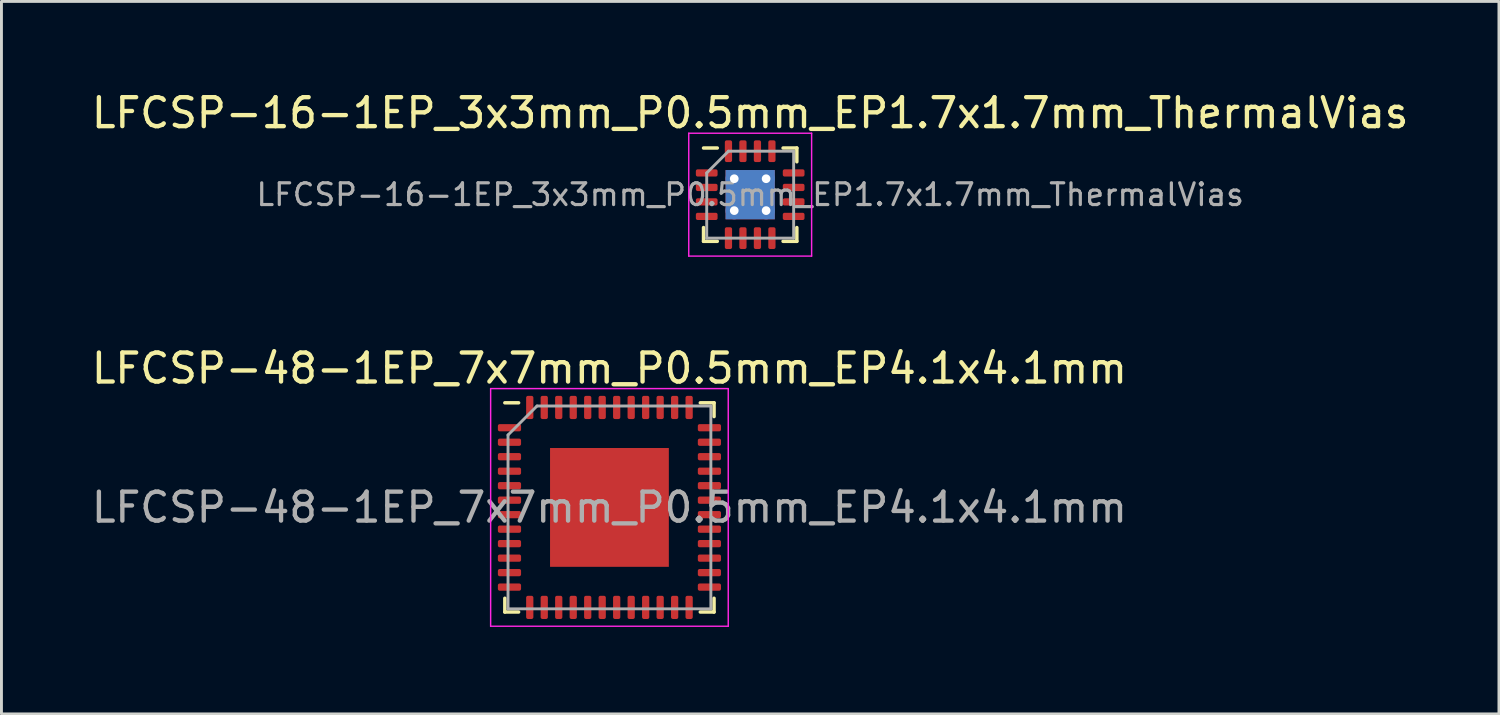
<source format=kicad_pcb>
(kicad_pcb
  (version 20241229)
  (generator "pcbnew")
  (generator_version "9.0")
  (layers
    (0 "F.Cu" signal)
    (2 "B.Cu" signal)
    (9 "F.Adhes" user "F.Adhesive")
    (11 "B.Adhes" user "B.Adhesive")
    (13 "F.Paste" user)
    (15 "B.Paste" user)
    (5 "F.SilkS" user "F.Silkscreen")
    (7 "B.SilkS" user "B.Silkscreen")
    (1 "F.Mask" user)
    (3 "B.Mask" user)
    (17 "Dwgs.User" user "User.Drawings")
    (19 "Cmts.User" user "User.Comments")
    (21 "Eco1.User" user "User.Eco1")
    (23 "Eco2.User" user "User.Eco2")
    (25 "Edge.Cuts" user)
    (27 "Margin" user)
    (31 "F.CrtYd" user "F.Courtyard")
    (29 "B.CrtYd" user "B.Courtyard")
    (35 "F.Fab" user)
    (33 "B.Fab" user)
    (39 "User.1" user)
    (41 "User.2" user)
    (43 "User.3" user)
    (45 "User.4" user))
  (footprint "LFCSP-48-1EP_7x7mm_P0.5mm_EP4.1x4.1mm"
    (layer "F.Cu")
    (at 17.982 14.461)
    (property "Reference" "LFCSP-48-1EP_7x7mm_P0.5mm_EP4.1x4.1mm" (at 0 -4.8 0) (layer "F.SilkS") (effects (font (size 1 1) (thickness 0.15))))
    (attr smd)
    (fp_line (start -3.61 3.61) (end -3.61 3.135) (stroke (width 0.12) (type solid)) (layer "F.SilkS"))
    (fp_line (start -3.135 -3.61) (end -3.61 -3.61) (stroke (width 0.12) (type solid)) (layer "F.SilkS"))
    (fp_line (start -3.135 3.61) (end -3.61 3.61) (stroke (width 0.12) (type solid)) (layer "F.SilkS"))
    (fp_line (start 3.135 -3.61) (end 3.61 -3.61) (stroke (width 0.12) (type solid)) (layer "F.SilkS"))
    (fp_line (start 3.135 3.61) (end 3.61 3.61) (stroke (width 0.12) (type solid)) (layer "F.SilkS"))
    (fp_line (start 3.61 -3.61) (end 3.61 -3.135) (stroke (width 0.12) (type solid)) (layer "F.SilkS"))
    (fp_line (start 3.61 3.61) (end 3.61 3.135) (stroke (width 0.12) (type solid)) (layer "F.SilkS"))
    (fp_line (start -4.1 -4.1) (end -4.1 4.1) (stroke (width 0.05) (type solid)) (layer "F.CrtYd"))
    (fp_line (start -4.1 4.1) (end 4.1 4.1) (stroke (width 0.05) (type solid)) (layer "F.CrtYd"))
    (fp_line (start 4.1 -4.1) (end -4.1 -4.1) (stroke (width 0.05) (type solid)) (layer "F.CrtYd"))
    (fp_line (start 4.1 4.1) (end 4.1 -4.1) (stroke (width 0.05) (type solid)) (layer "F.CrtYd"))
    (fp_line (start -3.5 -2.5) (end -2.5 -3.5) (stroke (width 0.1) (type solid)) (layer "F.Fab"))
    (fp_line (start -3.5 3.5) (end -3.5 -2.5) (stroke (width 0.1) (type solid)) (layer "F.Fab"))
    (fp_line (start -2.5 -3.5) (end 3.5 -3.5) (stroke (width 0.1) (type solid)) (layer "F.Fab"))
    (fp_line (start 3.5 -3.5) (end 3.5 3.5) (stroke (width 0.1) (type solid)) (layer "F.Fab"))
    (fp_line (start 3.5 3.5) (end -3.5 3.5) (stroke (width 0.1) (type solid)) (layer "F.Fab"))
    (fp_text user "${REFERENCE}" (at 0 0 0) (layer "F.Fab") (effects (font (size 1 1) (thickness 0.15))))
    (pad "" smd roundrect (at -1.37 -1.37) (size 1.1 1.1) (layers "F.Paste") (roundrect_rratio 0.227))
    (pad "" smd roundrect (at -1.37 0) (size 1.1 1.1) (layers "F.Paste") (roundrect_rratio 0.227))
    (pad "" smd roundrect (at -1.37 1.37) (size 1.1 1.1) (layers "F.Paste") (roundrect_rratio 0.227))
    (pad "" smd roundrect (at 0 -1.37) (size 1.1 1.1) (layers "F.Paste") (roundrect_rratio 0.227))
    (pad "" smd roundrect (at 0 0) (size 1.1 1.1) (layers "F.Paste") (roundrect_rratio 0.227))
    (pad "" smd roundrect (at 0 1.37) (size 1.1 1.1) (layers "F.Paste") (roundrect_rratio 0.227))
    (pad "" smd roundrect (at 1.37 -1.37) (size 1.1 1.1) (layers "F.Paste") (roundrect_rratio 0.227))
    (pad "" smd roundrect (at 1.37 0) (size 1.1 1.1) (layers "F.Paste") (roundrect_rratio 0.227))
    (pad "" smd roundrect (at 1.37 1.37) (size 1.1 1.1) (layers "F.Paste") (roundrect_rratio 0.227))
    (pad "1" smd roundrect (at -3.45 -2.75) (size 0.8 0.25) (layers "F.Cu" "F.Mask" "F.Paste") (roundrect_rratio 0.25))
    (pad "2" smd roundrect (at -3.45 -2.25) (size 0.8 0.25) (layers "F.Cu" "F.Mask" "F.Paste") (roundrect_rratio 0.25))
    (pad "3" smd roundrect (at -3.45 -1.75) (size 0.8 0.25) (layers "F.Cu" "F.Mask" "F.Paste") (roundrect_rratio 0.25))
    (pad "4" smd roundrect (at -3.45 -1.25) (size 0.8 0.25) (layers "F.Cu" "F.Mask" "F.Paste") (roundrect_rratio 0.25))
    (pad "5" smd roundrect (at -3.45 -0.75) (size 0.8 0.25) (layers "F.Cu" "F.Mask" "F.Paste") (roundrect_rratio 0.25))
    (pad "6" smd roundrect (at -3.45 -0.25) (size 0.8 0.25) (layers "F.Cu" "F.Mask" "F.Paste") (roundrect_rratio 0.25))
    (pad "7" smd roundrect (at -3.45 0.25) (size 0.8 0.25) (layers "F.Cu" "F.Mask" "F.Paste") (roundrect_rratio 0.25))
    (pad "8" smd roundrect (at -3.45 0.75) (size 0.8 0.25) (layers "F.Cu" "F.Mask" "F.Paste") (roundrect_rratio 0.25))
    (pad "9" smd roundrect (at -3.45 1.25) (size 0.8 0.25) (layers "F.Cu" "F.Mask" "F.Paste") (roundrect_rratio 0.25))
    (pad "10" smd roundrect (at -3.45 1.75) (size 0.8 0.25) (layers "F.Cu" "F.Mask" "F.Paste") (roundrect_rratio 0.25))
    (pad "11" smd roundrect (at -3.45 2.25) (size 0.8 0.25) (layers "F.Cu" "F.Mask" "F.Paste") (roundrect_rratio 0.25))
    (pad "12" smd roundrect (at -3.45 2.75) (size 0.8 0.25) (layers "F.Cu" "F.Mask" "F.Paste") (roundrect_rratio 0.25))
    (pad "13" smd roundrect (at -2.75 3.45) (size 0.25 0.8) (layers "F.Cu" "F.Mask" "F.Paste") (roundrect_rratio 0.25))
    (pad "14" smd roundrect (at -2.25 3.45) (size 0.25 0.8) (layers "F.Cu" "F.Mask" "F.Paste") (roundrect_rratio 0.25))
    (pad "15" smd roundrect (at -1.75 3.45) (size 0.25 0.8) (layers "F.Cu" "F.Mask" "F.Paste") (roundrect_rratio 0.25))
    (pad "16" smd roundrect (at -1.25 3.45) (size 0.25 0.8) (layers "F.Cu" "F.Mask" "F.Paste") (roundrect_rratio 0.25))
    (pad "17" smd roundrect (at -0.75 3.45) (size 0.25 0.8) (layers "F.Cu" "F.Mask" "F.Paste") (roundrect_rratio 0.25))
    (pad "18" smd roundrect (at -0.25 3.45) (size 0.25 0.8) (layers "F.Cu" "F.Mask" "F.Paste") (roundrect_rratio 0.25))
    (pad "19" smd roundrect (at 0.25 3.45) (size 0.25 0.8) (layers "F.Cu" "F.Mask" "F.Paste") (roundrect_rratio 0.25))
    (pad "20" smd roundrect (at 0.75 3.45) (size 0.25 0.8) (layers "F.Cu" "F.Mask" "F.Paste") (roundrect_rratio 0.25))
    (pad "21" smd roundrect (at 1.25 3.45) (size 0.25 0.8) (layers "F.Cu" "F.Mask" "F.Paste") (roundrect_rratio 0.25))
    (pad "22" smd roundrect (at 1.75 3.45) (size 0.25 0.8) (layers "F.Cu" "F.Mask" "F.Paste") (roundrect_rratio 0.25))
    (pad "23" smd roundrect (at 2.25 3.45) (size 0.25 0.8) (layers "F.Cu" "F.Mask" "F.Paste") (roundrect_rratio 0.25))
    (pad "24" smd roundrect (at 2.75 3.45) (size 0.25 0.8) (layers "F.Cu" "F.Mask" "F.Paste") (roundrect_rratio 0.25))
    (pad "25" smd roundrect (at 3.45 2.75) (size 0.8 0.25) (layers "F.Cu" "F.Mask" "F.Paste") (roundrect_rratio 0.25))
    (pad "26" smd roundrect (at 3.45 2.25) (size 0.8 0.25) (layers "F.Cu" "F.Mask" "F.Paste") (roundrect_rratio 0.25))
    (pad "27" smd roundrect (at 3.45 1.75) (size 0.8 0.25) (layers "F.Cu" "F.Mask" "F.Paste") (roundrect_rratio 0.25))
    (pad "28" smd roundrect (at 3.45 1.25) (size 0.8 0.25) (layers "F.Cu" "F.Mask" "F.Paste") (roundrect_rratio 0.25))
    (pad "29" smd roundrect (at 3.45 0.75) (size 0.8 0.25) (layers "F.Cu" "F.Mask" "F.Paste") (roundrect_rratio 0.25))
    (pad "30" smd roundrect (at 3.45 0.25) (size 0.8 0.25) (layers "F.Cu" "F.Mask" "F.Paste") (roundrect_rratio 0.25))
    (pad "31" smd roundrect (at 3.45 -0.25) (size 0.8 0.25) (layers "F.Cu" "F.Mask" "F.Paste") (roundrect_rratio 0.25))
    (pad "32" smd roundrect (at 3.45 -0.75) (size 0.8 0.25) (layers "F.Cu" "F.Mask" "F.Paste") (roundrect_rratio 0.25))
    (pad "33" smd roundrect (at 3.45 -1.25) (size 0.8 0.25) (layers "F.Cu" "F.Mask" "F.Paste") (roundrect_rratio 0.25))
    (pad "34" smd roundrect (at 3.45 -1.75) (size 0.8 0.25) (layers "F.Cu" "F.Mask" "F.Paste") (roundrect_rratio 0.25))
    (pad "35" smd roundrect (at 3.45 -2.25) (size 0.8 0.25) (layers "F.Cu" "F.Mask" "F.Paste") (roundrect_rratio 0.25))
    (pad "36" smd roundrect (at 3.45 -2.75) (size 0.8 0.25) (layers "F.Cu" "F.Mask" "F.Paste") (roundrect_rratio 0.25))
    (pad "37" smd roundrect (at 2.75 -3.45) (size 0.25 0.8) (layers "F.Cu" "F.Mask" "F.Paste") (roundrect_rratio 0.25))
    (pad "38" smd roundrect (at 2.25 -3.45) (size 0.25 0.8) (layers "F.Cu" "F.Mask" "F.Paste") (roundrect_rratio 0.25))
    (pad "39" smd roundrect (at 1.75 -3.45) (size 0.25 0.8) (layers "F.Cu" "F.Mask" "F.Paste") (roundrect_rratio 0.25))
    (pad "40" smd roundrect (at 1.25 -3.45) (size 0.25 0.8) (layers "F.Cu" "F.Mask" "F.Paste") (roundrect_rratio 0.25))
    (pad "41" smd roundrect (at 0.75 -3.45) (size 0.25 0.8) (layers "F.Cu" "F.Mask" "F.Paste") (roundrect_rratio 0.25))
    (pad "42" smd roundrect (at 0.25 -3.45) (size 0.25 0.8) (layers "F.Cu" "F.Mask" "F.Paste") (roundrect_rratio 0.25))
    (pad "43" smd roundrect (at -0.25 -3.45) (size 0.25 0.8) (layers "F.Cu" "F.Mask" "F.Paste") (roundrect_rratio 0.25))
    (pad "44" smd roundrect (at -0.75 -3.45) (size 0.25 0.8) (layers "F.Cu" "F.Mask" "F.Paste") (roundrect_rratio 0.25))
    (pad "45" smd roundrect (at -1.25 -3.45) (size 0.25 0.8) (layers "F.Cu" "F.Mask" "F.Paste") (roundrect_rratio 0.25))
    (pad "46" smd roundrect (at -1.75 -3.45) (size 0.25 0.8) (layers "F.Cu" "F.Mask" "F.Paste") (roundrect_rratio 0.25))
    (pad "47" smd roundrect (at -2.25 -3.45) (size 0.25 0.8) (layers "F.Cu" "F.Mask" "F.Paste") (roundrect_rratio 0.25))
    (pad "48" smd roundrect (at -2.75 -3.45) (size 0.25 0.8) (layers "F.Cu" "F.Mask" "F.Paste") (roundrect_rratio 0.25))
    (pad "49" smd rect (at 0 0) (size 4.1 4.1) (layers "F.Cu" "F.Mask")))
  (footprint "LFCSP-16-1EP_3x3mm_P0.5mm_EP1.7x1.7mm_ThermalVias"
    (layer "F.Cu")
    (at 22.839 3.668)
    (property "Reference" "LFCSP-16-1EP_3x3mm_P0.5mm_EP1.7x1.7mm_ThermalVias" (at 0 -2.82 0) (layer "F.SilkS") (effects (font (size 1 1) (thickness 0.15))))
    (attr smd)
    (fp_line (start -1.61 1.61) (end -1.61 1.135) (stroke (width 0.12) (type solid)) (layer "F.SilkS"))
    (fp_line (start -1.135 -1.61) (end -1.61 -1.61) (stroke (width 0.12) (type solid)) (layer "F.SilkS"))
    (fp_line (start -1.135 1.61) (end -1.61 1.61) (stroke (width 0.12) (type solid)) (layer "F.SilkS"))
    (fp_line (start 1.135 -1.61) (end 1.61 -1.61) (stroke (width 0.12) (type solid)) (layer "F.SilkS"))
    (fp_line (start 1.135 1.61) (end 1.61 1.61) (stroke (width 0.12) (type solid)) (layer "F.SilkS"))
    (fp_line (start 1.61 -1.61) (end 1.61 -1.135) (stroke (width 0.12) (type solid)) (layer "F.SilkS"))
    (fp_line (start 1.61 1.61) (end 1.61 1.135) (stroke (width 0.12) (type solid)) (layer "F.SilkS"))
    (fp_line (start -2.12 -2.12) (end -2.12 2.12) (stroke (width 0.05) (type solid)) (layer "F.CrtYd"))
    (fp_line (start -2.12 2.12) (end 2.12 2.12) (stroke (width 0.05) (type solid)) (layer "F.CrtYd"))
    (fp_line (start 2.12 -2.12) (end -2.12 -2.12) (stroke (width 0.05) (type solid)) (layer "F.CrtYd"))
    (fp_line (start 2.12 2.12) (end 2.12 -2.12) (stroke (width 0.05) (type solid)) (layer "F.CrtYd"))
    (fp_line (start -1.5 -0.75) (end -0.75 -1.5) (stroke (width 0.1) (type solid)) (layer "F.Fab"))
    (fp_line (start -1.5 1.5) (end -1.5 -0.75) (stroke (width 0.1) (type solid)) (layer "F.Fab"))
    (fp_line (start -0.75 -1.5) (end 1.5 -1.5) (stroke (width 0.1) (type solid)) (layer "F.Fab"))
    (fp_line (start 1.5 -1.5) (end 1.5 1.5) (stroke (width 0.1) (type solid)) (layer "F.Fab"))
    (fp_line (start 1.5 1.5) (end -1.5 1.5) (stroke (width 0.1) (type solid)) (layer "F.Fab"))
    (fp_text user "${REFERENCE}" (at 0 0 0) (layer "F.Fab") (effects (font (size 0.75 0.75) (thickness 0.11))))
    (pad "" smd roundrect (at -0.425 -0.425) (size 0.74 0.74) (layers "F.Paste") (roundrect_rratio 0.25))
    (pad "" smd roundrect (at -0.425 0.425) (size 0.74 0.74) (layers "F.Paste") (roundrect_rratio 0.25))
    (pad "" smd roundrect (at 0.425 -0.425) (size 0.74 0.74) (layers "F.Paste") (roundrect_rratio 0.25))
    (pad "" smd roundrect (at 0.425 0.425) (size 0.74 0.74) (layers "F.Paste") (roundrect_rratio 0.25))
    (pad "1" smd roundrect (at -1.5 -0.75) (size 0.75 0.25) (layers "F.Cu" "F.Mask" "F.Paste") (roundrect_rratio 0.25))
    (pad "2" smd roundrect (at -1.5 -0.25) (size 0.75 0.25) (layers "F.Cu" "F.Mask" "F.Paste") (roundrect_rratio 0.25))
    (pad "3" smd roundrect (at -1.5 0.25) (size 0.75 0.25) (layers "F.Cu" "F.Mask" "F.Paste") (roundrect_rratio 0.25))
    (pad "4" smd roundrect (at -1.5 0.75) (size 0.75 0.25) (layers "F.Cu" "F.Mask" "F.Paste") (roundrect_rratio 0.25))
    (pad "5" smd roundrect (at -0.75 1.5) (size 0.25 0.75) (layers "F.Cu" "F.Mask" "F.Paste") (roundrect_rratio 0.25))
    (pad "6" smd roundrect (at -0.25 1.5) (size 0.25 0.75) (layers "F.Cu" "F.Mask" "F.Paste") (roundrect_rratio 0.25))
    (pad "7" smd roundrect (at 0.25 1.5) (size 0.25 0.75) (layers "F.Cu" "F.Mask" "F.Paste") (roundrect_rratio 0.25))
    (pad "8" smd roundrect (at 0.75 1.5) (size 0.25 0.75) (layers "F.Cu" "F.Mask" "F.Paste") (roundrect_rratio 0.25))
    (pad "9" smd roundrect (at 1.5 0.75) (size 0.75 0.25) (layers "F.Cu" "F.Mask" "F.Paste") (roundrect_rratio 0.25))
    (pad "10" smd roundrect (at 1.5 0.25) (size 0.75 0.25) (layers "F.Cu" "F.Mask" "F.Paste") (roundrect_rratio 0.25))
    (pad "11" smd roundrect (at 1.5 -0.25) (size 0.75 0.25) (layers "F.Cu" "F.Mask" "F.Paste") (roundrect_rratio 0.25))
    (pad "12" smd roundrect (at 1.5 -0.75) (size 0.75 0.25) (layers "F.Cu" "F.Mask" "F.Paste") (roundrect_rratio 0.25))
    (pad "13" smd roundrect (at 0.75 -1.5) (size 0.25 0.75) (layers "F.Cu" "F.Mask" "F.Paste") (roundrect_rratio 0.25))
    (pad "14" smd roundrect (at 0.25 -1.5) (size 0.25 0.75) (layers "F.Cu" "F.Mask" "F.Paste") (roundrect_rratio 0.25))
    (pad "15" smd roundrect (at -0.25 -1.5) (size 0.25 0.75) (layers "F.Cu" "F.Mask" "F.Paste") (roundrect_rratio 0.25))
    (pad "16" smd roundrect (at -0.75 -1.5) (size 0.25 0.75) (layers "F.Cu" "F.Mask" "F.Paste") (roundrect_rratio 0.25))
    (pad "17" thru_hole circle (at -0.55 -0.55) (size 0.6 0.6) (drill 0.3) (layers "*.Cu"))
    (pad "17" thru_hole circle (at -0.55 0.55) (size 0.6 0.6) (drill 0.3) (layers "*.Cu"))
    (pad "17" smd rect (at 0 0) (size 1.7 1.7) (layers "F.Cu" "F.Mask"))
    (pad "17" smd rect (at 0 0) (size 1.7 1.7) (layers "B.Cu"))
    (pad "17" thru_hole circle (at 0.55 -0.55) (size 0.6 0.6) (drill 0.3) (layers "*.Cu"))
    (pad "17" thru_hole circle (at 0.55 0.55) (size 0.6 0.6) (drill 0.3) (layers "*.Cu")))
  (gr_rect
    (start -3 -3)
    (end 48.679 21.587)
    (stroke (width 0.1) (type default))
    (fill no)
    (layer "Edge.Cuts")))
</source>
